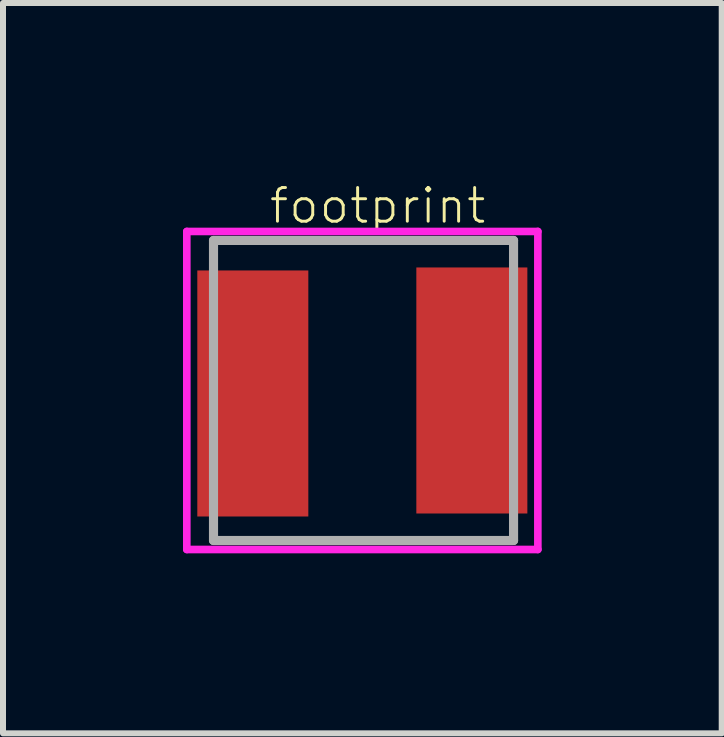
<source format=kicad_pcb>
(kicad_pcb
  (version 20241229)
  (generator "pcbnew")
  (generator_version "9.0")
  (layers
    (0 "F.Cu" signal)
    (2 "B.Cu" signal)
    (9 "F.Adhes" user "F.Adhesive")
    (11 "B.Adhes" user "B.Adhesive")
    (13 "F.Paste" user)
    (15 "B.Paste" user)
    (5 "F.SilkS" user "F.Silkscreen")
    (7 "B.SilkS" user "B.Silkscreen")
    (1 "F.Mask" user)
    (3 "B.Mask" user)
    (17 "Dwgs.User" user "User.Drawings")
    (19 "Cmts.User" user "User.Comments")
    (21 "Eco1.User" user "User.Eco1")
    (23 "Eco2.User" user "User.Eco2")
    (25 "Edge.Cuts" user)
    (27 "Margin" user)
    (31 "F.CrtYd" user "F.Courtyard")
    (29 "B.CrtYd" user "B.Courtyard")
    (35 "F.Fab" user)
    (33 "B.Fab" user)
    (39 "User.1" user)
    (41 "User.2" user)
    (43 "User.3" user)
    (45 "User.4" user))
  (footprint "footprint"
    (layer "F.Cu")
    (at 3.068 3.507)
    (property "Reference" "footprint" (at -1.66 -2.8 0) (layer "F.SilkS") (effects (font (size 0.561 0.561) (thickness 0.049)) (justify left bottom)))
    (fp_line (start -1.905 -2.55) (end 2.095 -2.55) (stroke (width 0.127) (type solid)) (layer "F.SilkS"))
    (fp_line (start -1.905 2.45) (end 2.095 2.45) (stroke (width 0.127) (type solid)) (layer "F.SilkS"))
    (fp_line (start -3.005 -2.7) (end -3.005 2.6) (stroke (width 0.127) (type solid)) (layer "F.CrtYd"))
    (fp_line (start -3.005 2.6) (end 2.845 2.6) (stroke (width 0.127) (type solid)) (layer "F.CrtYd"))
    (fp_line (start 2.845 -2.7) (end -3.005 -2.7) (stroke (width 0.127) (type solid)) (layer "F.CrtYd"))
    (fp_line (start 2.845 2.6) (end 2.845 -2.7) (stroke (width 0.127) (type solid)) (layer "F.CrtYd"))
    (fp_line (start -2.56 -2.55) (end -2.56 2.45) (stroke (width 0.152) (type solid)) (layer "F.Fab"))
    (fp_line (start -2.56 2.45) (end 2.44 2.45) (stroke (width 0.152) (type solid)) (layer "F.Fab"))
    (fp_line (start 2.44 -2.55) (end -2.56 -2.55) (stroke (width 0.152) (type solid)) (layer "F.Fab"))
    (fp_line (start 2.44 2.45) (end 2.44 -2.55) (stroke (width 0.152) (type solid)) (layer "F.Fab"))
    (pad "P1" smd rect (at -1.905 0) (size 1.85 4.1) (layers "F.Cu" "F.Mask" "F.Paste"))
    (pad "P2" smd rect (at 1.745 -0.05) (size 1.85 4.1) (layers "F.Cu" "F.Mask" "F.Paste")))
  (gr_rect
    (start -3 -3)
    (end 8.977 9.171)
    (stroke (width 0.1) (type default))
    (fill no)
    (layer "Edge.Cuts")))
</source>
